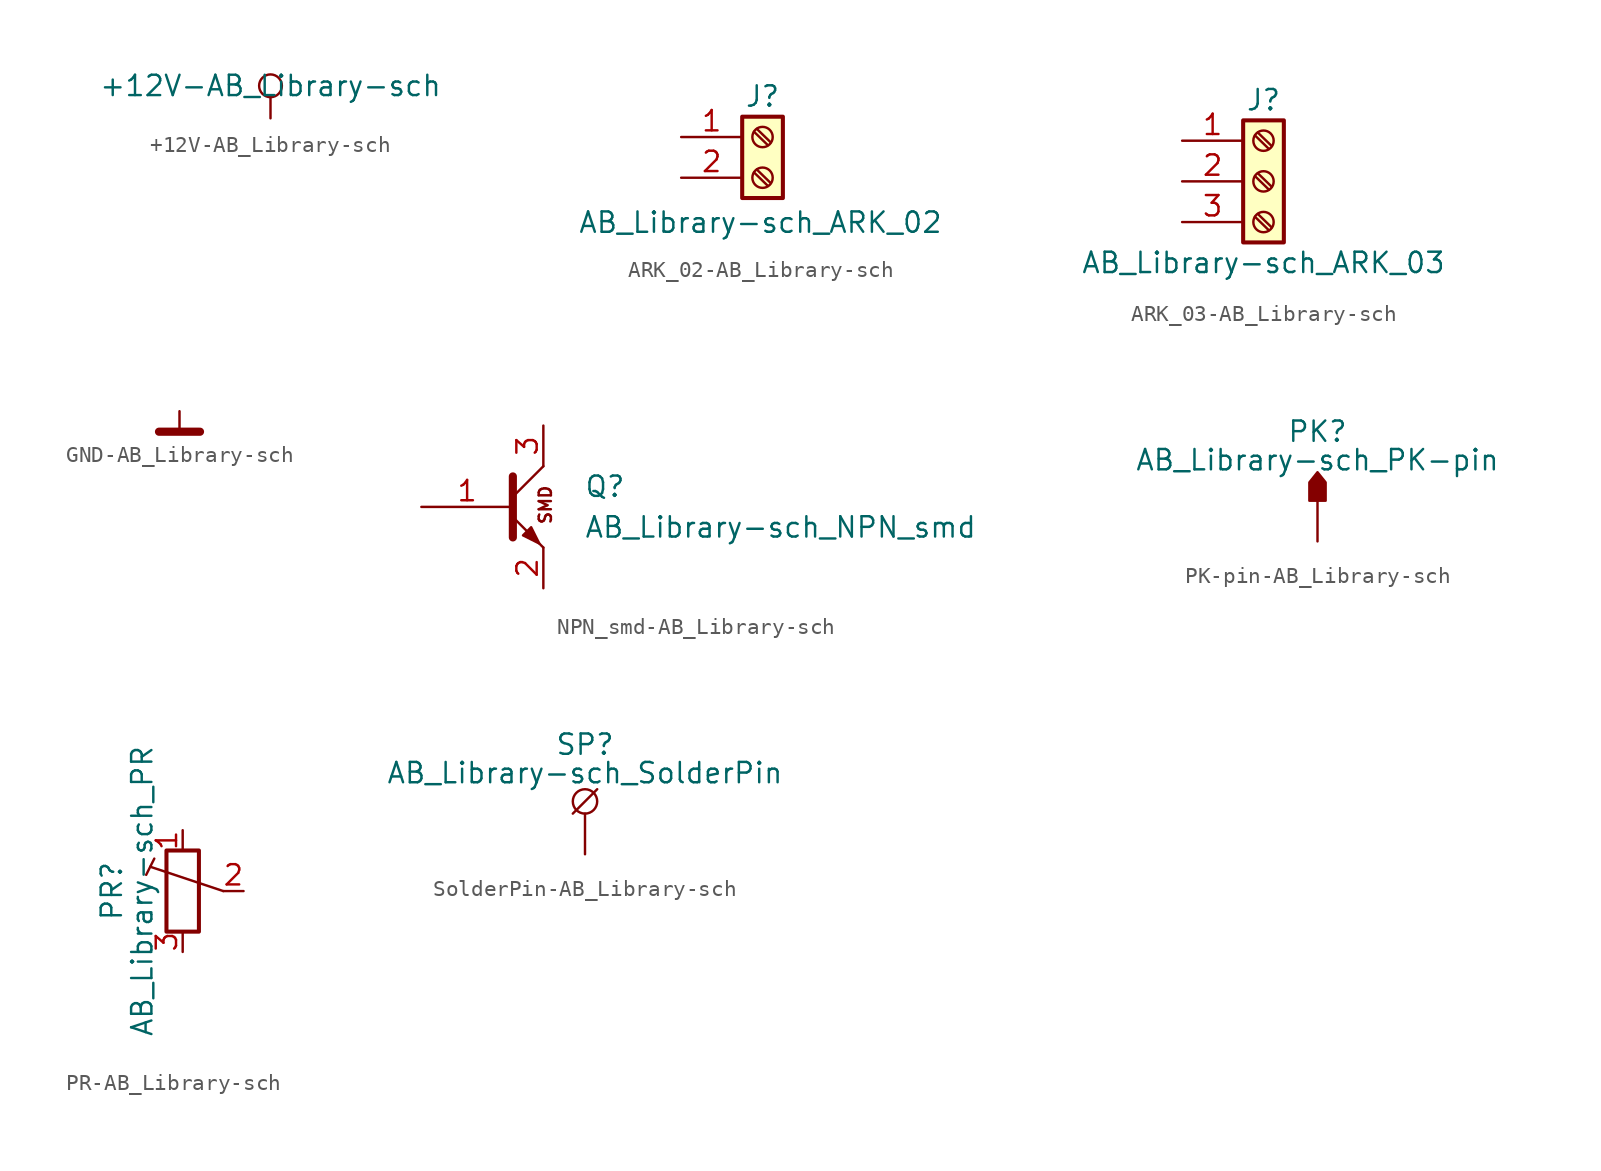
<source format=kicad_sym>
(kicad_symbol_lib
  (version 20220914)
  (generator kicad_symbol_editor)
  (symbol "+12V-AB_Library-sch"
    (power)
    (pin_names
      (offset 0))
    (property "Reference" "#PWR"
      (at 0 -3.81 0)
      (effects (font (size 1.27 1.27)) hide))
    (property "Value" "+12V-AB_Library-sch"
      (at 0 2.032 0)
      (effects (font (size 1.27 1.27))))
    (symbol "+12V-AB_Library-sch_0_1"
      (polyline (pts (xy 0 0) (xy 0 1.27)) (stroke (width 0) (type solid)) (fill (type none)))
      (circle (center 0 2.032) (radius 0.711) (stroke (width 0) (type solid)) (fill (type none))))
    (symbol "+12V-AB_Library-sch_1_1"
      (pin power_in line (at 0 0 90) (length 0) hide (name "+12V" (effects (font (size 1.27 1.27)))) (number "1" (effects (font (size 1.27 1.27)))))))
  (symbol "ARK_02-AB_Library-sch"
    (pin_names
      (offset 1.016) hide)
    (property "Reference" "J"
      (at 0 5.08 0)
      (effects (font (size 1.27 1.27))))
    (property "Value" "AB_Library-sch_ARK_02"
      (at -0.127 -2.794 0)
      (effects (font (size 1.27 1.27))))
    (symbol "ARK_02-AB_Library-sch_1_1"
      (rectangle (start -1.27 3.81) (end 1.27 -1.27) (stroke (width 0.254) (type solid)) (fill (type background)))
      (polyline (pts (xy -0.533 0.33) (xy 0.33 -0.508)) (stroke (width 0.152) (type solid)) (fill (type none)))
      (polyline (pts (xy -0.533 2.87) (xy 0.33 2.032)) (stroke (width 0.152) (type solid)) (fill (type none)))
      (polyline (pts (xy -0.356 0.508) (xy 0.508 -0.33)) (stroke (width 0.152) (type solid)) (fill (type none)))
      (polyline (pts (xy -0.356 3.048) (xy 0.508 2.21)) (stroke (width 0.152) (type solid)) (fill (type none)))
      (circle (center 0 0) (radius 0.635) (stroke (width 0.152) (type solid)) (fill (type none)))
      (circle (center 0 2.54) (radius 0.635) (stroke (width 0.152) (type solid)) (fill (type none)))
      (pin passive line (at -5.08 2.54 0) (length 3.81) (name "Pin_1" (effects (font (size 1.27 1.27)))) (number "1" (effects (font (size 1.27 1.27)))))
      (pin passive line (at -5.08 0 0) (length 3.81) (name "Pin_2" (effects (font (size 1.27 1.27)))) (number "2" (effects (font (size 1.27 1.27)))))))
  (symbol "ARK_03-AB_Library-sch"
    (pin_names
      (offset 1.016) hide)
    (property "Reference" "J"
      (at 0 5.08 0)
      (effects (font (size 1.27 1.27))))
    (property "Value" "AB_Library-sch_ARK_03"
      (at 0 -5.08 0)
      (effects (font (size 1.27 1.27))))
    (symbol "ARK_03-AB_Library-sch_1_1"
      (rectangle (start -1.27 3.81) (end 1.27 -3.81) (stroke (width 0.254) (type solid)) (fill (type background)))
      (circle (center 0 -2.54) (radius 0.635) (stroke (width 0.152) (type solid)) (fill (type none)))
      (polyline (pts (xy -0.533 -2.21) (xy 0.33 -3.048)) (stroke (width 0.152) (type solid)) (fill (type none)))
      (polyline (pts (xy -0.533 0.33) (xy 0.33 -0.508)) (stroke (width 0.152) (type solid)) (fill (type none)))
      (polyline (pts (xy -0.533 2.87) (xy 0.33 2.032)) (stroke (width 0.152) (type solid)) (fill (type none)))
      (polyline (pts (xy -0.356 -2.032) (xy 0.508 -2.87)) (stroke (width 0.152) (type solid)) (fill (type none)))
      (polyline (pts (xy -0.356 0.508) (xy 0.508 -0.33)) (stroke (width 0.152) (type solid)) (fill (type none)))
      (polyline (pts (xy -0.356 3.048) (xy 0.508 2.21)) (stroke (width 0.152) (type solid)) (fill (type none)))
      (circle (center 0 0) (radius 0.635) (stroke (width 0.152) (type solid)) (fill (type none)))
      (circle (center 0 2.54) (radius 0.635) (stroke (width 0.152) (type solid)) (fill (type none)))
      (pin passive line (at -5.08 2.54 0) (length 3.81) (name "Pin_1" (effects (font (size 1.27 1.27)))) (number "1" (effects (font (size 1.27 1.27)))))
      (pin passive line (at -5.08 0 0) (length 3.81) (name "Pin_2" (effects (font (size 1.27 1.27)))) (number "2" (effects (font (size 1.27 1.27)))))
      (pin passive line (at -5.08 -2.54 0) (length 3.81) (name "Pin_3" (effects (font (size 1.27 1.27)))) (number "3" (effects (font (size 1.27 1.27)))))))
  (symbol "GND-AB_Library-sch"
    (power)
    (pin_names
      (offset 0))
    (property "Reference" "#PWR"
      (at -1.27 1.27 0)
      (effects (font (size 1.27 1.27)) hide))
    (symbol "GND-AB_Library-sch_0_1"
      (polyline (pts (xy 0 0) (xy 0 1.27)) (stroke (width 0) (type solid)) (fill (type none)))
      (polyline (pts (xy 1.27 0) (xy -1.27 0)) (stroke (width 0.508) (type solid)) (fill (type none))))
    (symbol "GND-AB_Library-sch_1_1"
      (pin power_in line (at 0 1.27 270) (length 0) hide (name "GND" (effects (font (size 1.27 1.27)))) (number "1" (effects (font (size 1.27 1.27)))))))
  (symbol "NPN_smd-AB_Library-sch"
    (pin_names
      (offset 0) hide)
    (property "Reference" "Q"
      (at 5.08 1.27 0)
      (effects (font (size 1.27 1.27)) (justify left)))
    (property "Value" "AB_Library-sch_NPN_smd"
      (at 5.08 -1.27 0)
      (effects (font (size 1.27 1.27)) (justify left)))
    (symbol "NPN_smd-AB_Library-sch_0_0"
      (text "SMD" (at 2.667 0.127 900) (effects (font (size 0.762 0.762)))))
    (symbol "NPN_smd-AB_Library-sch_0_1"
      (polyline (pts (xy 0.635 0.635) (xy 2.54 2.54)) (stroke (width 0) (type solid)) (fill (type none)))
      (polyline (pts (xy 0.635 -0.635) (xy 2.54 -2.54) (xy 2.54 -2.54)) (stroke (width 0) (type solid)) (fill (type none)))
      (polyline (pts (xy 0.635 1.905) (xy 0.635 -1.905) (xy 0.635 -1.905)) (stroke (width 0.508) (type solid)) (fill (type none)))
      (polyline (pts (xy 1.27 -1.778) (xy 1.778 -1.27) (xy 2.286 -2.286) (xy 1.27 -1.778) (xy 1.27 -1.778)) (stroke (width 0) (type solid)) (fill (type outline))))
    (symbol "NPN_smd-AB_Library-sch_1_1"
      (pin input line (at -5.08 0 0) (length 5.715) (name "B" (effects (font (size 1.27 1.27)))) (number "1" (effects (font (size 1.27 1.27)))))
      (pin passive line (at 2.54 -5.08 90) (length 2.54) (name "E" (effects (font (size 1.27 1.27)))) (number "2" (effects (font (size 1.27 1.27)))))
      (pin passive line (at 2.54 5.08 270) (length 2.54) (name "C" (effects (font (size 1.27 1.27)))) (number "3" (effects (font (size 1.27 1.27)))))))
  (symbol "PK-pin-AB_Library-sch"
    (pin_numbers hide)
    (pin_names
      (offset 0.762) hide)
    (property "Reference" "PK"
      (at 0 6.858 0)
      (effects (font (size 1.27 1.27))))
    (property "Value" "AB_Library-sch_PK-pin"
      (at 0 5.08 0)
      (effects (font (size 1.27 1.27))))
    (symbol "PK-pin-AB_Library-sch_0_1"
      (polyline (pts (xy 0.508 2.54) (xy 0.508 3.683) (xy 0 4.318) (xy -0.508 3.683) (xy -0.508 2.54) (xy 0.508 2.54)) (stroke (width 0) (type solid)) (fill (type outline))))
    (symbol "PK-pin-AB_Library-sch_1_1"
      (pin passive line (at 0 0 90) (length 2.54) (name "1" (effects (font (size 1.27 1.27)))) (number "1" (effects (font (size 1.27 1.27)))))))
  (symbol "PR-AB_Library-sch"
    (pin_names
      (offset 1.016) hide)
    (property "Reference" "PR"
      (at -4.445 0 90)
      (effects (font (size 1.27 1.27))))
    (property "Value" "AB_Library-sch_PR"
      (at -2.54 0 90)
      (effects (font (size 1.27 1.27))))
    (symbol "PR-AB_Library-sch_0_1"
      (polyline (pts (xy -2.286 1.016) (xy -1.778 2.032)) (stroke (width 0) (type solid)) (fill (type none)))
      (polyline (pts (xy 2.54 0) (xy -2.032 1.524)) (stroke (width 0) (type solid)) (fill (type none)))
      (rectangle (start 1.016 2.54) (end -1.016 -2.54) (stroke (width 0.254) (type solid)) (fill (type none))))
    (symbol "PR-AB_Library-sch_1_1"
      (pin passive line (at 0 3.81 270) (length 1.27) (name "1" (effects (font (size 1.27 1.27)))) (number "1" (effects (font (size 1.27 1.27)))))
      (pin passive line (at 3.81 0 180) (length 1.27) (name "2" (effects (font (size 1.27 1.27)))) (number "2" (effects (font (size 1.27 1.27)))))
      (pin passive line (at 0 -3.81 90) (length 1.27) (name "3" (effects (font (size 1.27 1.27)))) (number "3" (effects (font (size 1.27 1.27)))))))
  (symbol "SolderPin-AB_Library-sch"
    (pin_numbers hide)
    (pin_names
      (offset 0.762) hide)
    (property "Reference" "SP"
      (at 0 6.858 0)
      (effects (font (size 1.27 1.27))))
    (property "Value" "AB_Library-sch_SolderPin"
      (at 0 5.08 0)
      (effects (font (size 1.27 1.27))))
    (symbol "SolderPin-AB_Library-sch_0_1"
      (polyline (pts (xy 0.762 4.064) (xy -0.762 2.54)) (stroke (width 0) (type solid)) (fill (type none)))
      (circle (center 0 3.302) (radius 0.762) (stroke (width 0) (type solid)) (fill (type none))))
    (symbol "SolderPin-AB_Library-sch_1_1"
      (pin passive line (at 0 0 90) (length 2.54) (name "1" (effects (font (size 1.27 1.27)))) (number "1" (effects (font (size 1.27 1.27))))))))
</source>
